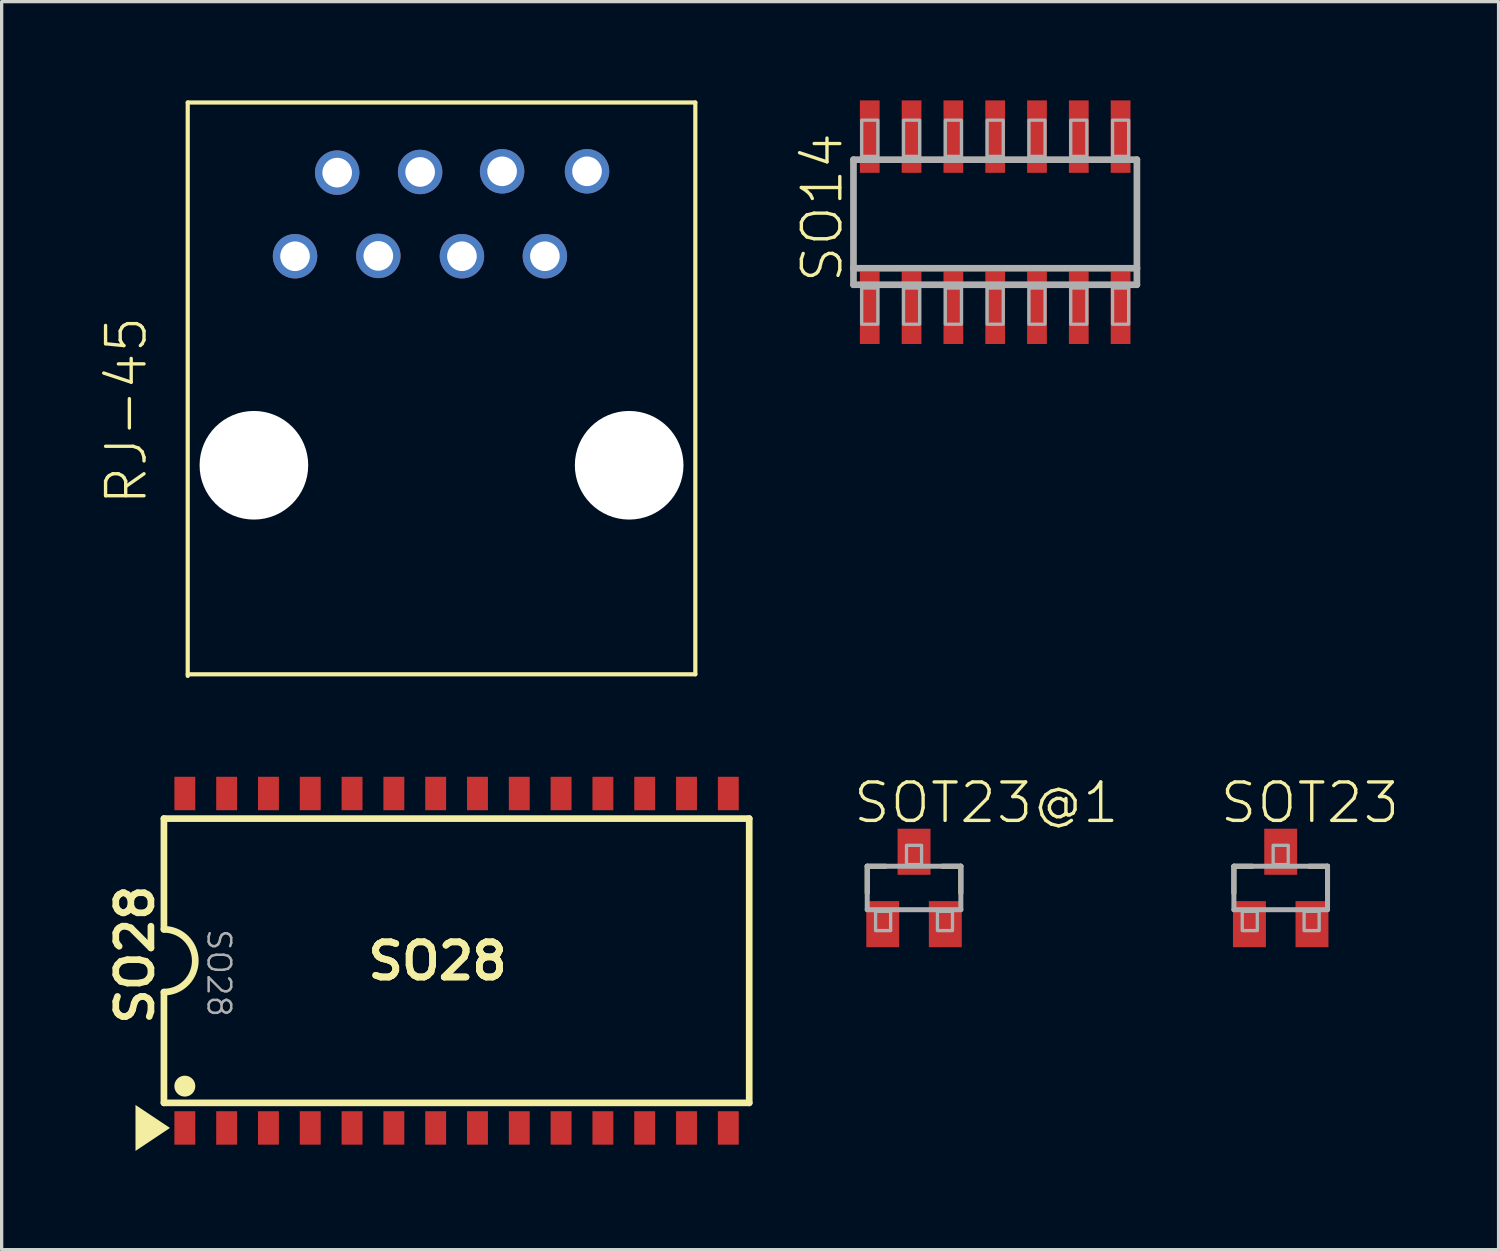
<source format=kicad_pcb>
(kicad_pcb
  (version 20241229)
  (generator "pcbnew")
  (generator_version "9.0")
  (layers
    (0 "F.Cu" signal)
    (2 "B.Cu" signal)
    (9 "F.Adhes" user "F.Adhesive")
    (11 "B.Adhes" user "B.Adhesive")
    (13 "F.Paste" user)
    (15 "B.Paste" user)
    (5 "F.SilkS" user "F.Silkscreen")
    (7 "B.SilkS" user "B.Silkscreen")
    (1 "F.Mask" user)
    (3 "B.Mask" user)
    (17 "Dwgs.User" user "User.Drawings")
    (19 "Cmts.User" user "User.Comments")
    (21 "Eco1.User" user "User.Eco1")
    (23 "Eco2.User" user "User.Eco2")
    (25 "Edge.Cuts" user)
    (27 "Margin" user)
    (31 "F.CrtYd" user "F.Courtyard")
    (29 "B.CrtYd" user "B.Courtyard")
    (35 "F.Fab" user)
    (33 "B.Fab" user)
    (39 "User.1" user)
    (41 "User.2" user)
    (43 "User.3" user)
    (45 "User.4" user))
  (footprint "SOT23"
    (layer "F.Cu")
    (at 35.856 23.925)
    (property "Reference" "SOT23" (at -1.905 -1.905 0) (unlocked yes) (layer "F.SilkS") (effects (font (size 1.168 1.168) (thickness 0.102)) (justify left bottom)))
    (fp_line (start -1.422 -0.66) (end -0.864 -0.66) (stroke (width 0.152) (type solid)) (layer "F.SilkS"))
    (fp_line (start -1.422 0.152) (end -1.422 -0.66) (stroke (width 0.152) (type solid)) (layer "F.SilkS"))
    (fp_line (start 0.864 -0.66) (end 1.422 -0.66) (stroke (width 0.152) (type solid)) (layer "F.SilkS"))
    (fp_line (start 1.422 -0.66) (end 1.422 0.152) (stroke (width 0.152) (type solid)) (layer "F.SilkS"))
    (fp_line (start -1.422 -0.66) (end 1.422 -0.66) (stroke (width 0.152) (type solid)) (layer "F.Fab"))
    (fp_line (start -1.422 0.66) (end -1.422 -0.66) (stroke (width 0.152) (type solid)) (layer "F.Fab"))
    (fp_line (start 1.422 -0.66) (end 1.422 0.66) (stroke (width 0.152) (type solid)) (layer "F.Fab"))
    (fp_line (start 1.422 0.66) (end -1.422 0.66) (stroke (width 0.152) (type solid)) (layer "F.Fab"))
    (fp_poly (pts (xy -1.168 1.295) (xy -0.711 1.295) (xy -0.711 0.711) (xy -1.168 0.711)) (stroke (width 0.1) (type default)) (fill no) (layer "F.Fab"))
    (fp_poly (pts (xy -0.229 -0.711) (xy 0.229 -0.711) (xy 0.229 -1.295) (xy -0.229 -1.295)) (stroke (width 0.1) (type default)) (fill no) (layer "F.Fab"))
    (fp_poly (pts (xy 0.711 1.295) (xy 1.168 1.295) (xy 1.168 0.711) (xy 0.711 0.711)) (stroke (width 0.1) (type default)) (fill no) (layer "F.Fab"))
    (pad "1" smd rect (at -0.95 1.1) (size 1 1.4) (layers "F.Cu" "F.Mask" "F.Paste"))
    (pad "2" smd rect (at 0.95 1.1) (size 1 1.4) (layers "F.Cu" "F.Mask" "F.Paste"))
    (pad "3" smd rect (at 0 -1.1) (size 1 1.4) (layers "F.Cu" "F.Mask" "F.Paste")))
  (footprint "SO28"
    (layer "F.Cu")
    (at 10.82 26.135)
    (property "Reference" "SO28" (at -9.144 2.032 90) (unlocked yes) (layer "F.SilkS") (effects (font (size 1.067 1.067) (thickness 0.203)) (justify left bottom)))
    (fp_line (start -8.89 -4.318) (end -8.89 -0.953) (stroke (width 0.203) (type solid)) (layer "F.SilkS"))
    (fp_line (start -8.89 0.953) (end -8.89 4.318) (stroke (width 0.203) (type solid)) (layer "F.SilkS"))
    (fp_line (start -8.89 4.318) (end 8.89 4.318) (stroke (width 0.203) (type solid)) (layer "F.SilkS"))
    (fp_line (start 8.89 -4.318) (end -8.89 -4.318) (stroke (width 0.203) (type solid)) (layer "F.SilkS"))
    (fp_line (start 8.89 4.318) (end 8.89 -4.318) (stroke (width 0.203) (type solid)) (layer "F.SilkS"))
    (fp_arc (start -8.89 -0.9525) (mid -7.9375 0) (end -8.89 0.9525) (stroke (width 0.2032) (type solid)) (layer "F.SilkS"))
    (fp_circle (center -8.255 3.81) (end -8.096 3.81) (stroke (width 0.318) (type solid)) (fill yes) (layer "F.SilkS"))
    (fp_poly (pts (xy -8.707 5.08) (xy -9.754 5.778) (xy -9.754 4.382)) (stroke (width 0) (type default)) (fill yes) (layer "F.SilkS"))
    (fp_text user "${REFERENCE}" (at -2.794 0.635 0) (unlocked yes) (layer "F.SilkS") (effects (font (size 1.067 1.067) (thickness 0.203)) (justify left bottom)))
    (fp_text user "${REFERENCE}" (at -2.794 0.635 0) (unlocked yes) (layer "F.SilkS") (effects (font (size 1.067 1.067) (thickness 0.203)) (justify left bottom)))
    (fp_text user "${REFERENCE}" (at -7.62 -1.016 270) (unlocked yes) (layer "F.Fab") (effects (font (size 0.686 0.686) (thickness 0.076)) (justify left bottom)))
    (pad "1" smd rect (at -8.255 5.08) (size 0.635 1.016) (layers "F.Cu" "F.Mask" "F.Paste"))
    (pad "2" smd rect (at -6.985 5.08) (size 0.635 1.016) (layers "F.Cu" "F.Mask" "F.Paste"))
    (pad "3" smd rect (at -5.715 5.08) (size 0.635 1.016) (layers "F.Cu" "F.Mask" "F.Paste"))
    (pad "4" smd rect (at -4.445 5.08) (size 0.635 1.016) (layers "F.Cu" "F.Mask" "F.Paste"))
    (pad "5" smd rect (at -3.175 5.08) (size 0.635 1.016) (layers "F.Cu" "F.Mask" "F.Paste"))
    (pad "6" smd rect (at -1.905 5.08) (size 0.635 1.016) (layers "F.Cu" "F.Mask" "F.Paste"))
    (pad "7" smd rect (at -0.635 5.08) (size 0.635 1.016) (layers "F.Cu" "F.Mask" "F.Paste"))
    (pad "8" smd rect (at 0.635 5.08) (size 0.635 1.016) (layers "F.Cu" "F.Mask" "F.Paste"))
    (pad "9" smd rect (at 1.905 5.08) (size 0.635 1.016) (layers "F.Cu" "F.Mask" "F.Paste"))
    (pad "10" smd rect (at 3.175 5.08) (size 0.635 1.016) (layers "F.Cu" "F.Mask" "F.Paste"))
    (pad "11" smd rect (at 4.445 5.08) (size 0.635 1.016) (layers "F.Cu" "F.Mask" "F.Paste"))
    (pad "12" smd rect (at 5.715 5.08) (size 0.635 1.016) (layers "F.Cu" "F.Mask" "F.Paste"))
    (pad "13" smd rect (at 6.985 5.08) (size 0.635 1.016) (layers "F.Cu" "F.Mask" "F.Paste"))
    (pad "14" smd rect (at 8.255 5.08) (size 0.635 1.016) (layers "F.Cu" "F.Mask" "F.Paste"))
    (pad "15" smd rect (at 8.255 -5.08) (size 0.635 1.016) (layers "F.Cu" "F.Mask" "F.Paste"))
    (pad "16" smd rect (at 6.985 -5.08) (size 0.635 1.016) (layers "F.Cu" "F.Mask" "F.Paste"))
    (pad "17" smd rect (at 5.715 -5.08) (size 0.635 1.016) (layers "F.Cu" "F.Mask" "F.Paste"))
    (pad "18" smd rect (at 4.445 -5.08) (size 0.635 1.016) (layers "F.Cu" "F.Mask" "F.Paste"))
    (pad "19" smd rect (at 3.175 -5.08) (size 0.635 1.016) (layers "F.Cu" "F.Mask" "F.Paste"))
    (pad "20" smd rect (at 1.905 -5.08) (size 0.635 1.016) (layers "F.Cu" "F.Mask" "F.Paste"))
    (pad "21" smd rect (at 0.635 -5.08) (size 0.635 1.016) (layers "F.Cu" "F.Mask" "F.Paste"))
    (pad "22" smd rect (at -0.635 -5.08) (size 0.635 1.016) (layers "F.Cu" "F.Mask" "F.Paste"))
    (pad "23" smd rect (at -1.905 -5.08) (size 0.635 1.016) (layers "F.Cu" "F.Mask" "F.Paste"))
    (pad "24" smd rect (at -3.175 -5.08) (size 0.635 1.016) (layers "F.Cu" "F.Mask" "F.Paste"))
    (pad "25" smd rect (at -4.445 -5.08) (size 0.635 1.016) (layers "F.Cu" "F.Mask" "F.Paste"))
    (pad "26" smd rect (at -5.715 -5.08) (size 0.635 1.016) (layers "F.Cu" "F.Mask" "F.Paste"))
    (pad "27" smd rect (at -6.985 -5.08) (size 0.635 1.016) (layers "F.Cu" "F.Mask" "F.Paste"))
    (pad "28" smd rect (at -8.255 -5.08) (size 0.635 1.016) (layers "F.Cu" "F.Mask" "F.Paste")))
  (footprint "SO14"
    (layer "F.Cu")
    (at 27.182 3.7)
    (property "Reference" "SO14" (at -4.572 1.905 90) (unlocked yes) (layer "F.SilkS") (effects (font (size 1.168 1.168) (thickness 0.102)) (justify left bottom)))
    (fp_line (start -4.305 -1.9) (end 4.305 -1.9) (stroke (width 0.203) (type solid)) (layer "F.Fab"))
    (fp_line (start -4.305 1.4) (end -4.305 -1.9) (stroke (width 0.203) (type solid)) (layer "F.Fab"))
    (fp_line (start -4.305 1.9) (end -4.305 1.4) (stroke (width 0.203) (type solid)) (layer "F.Fab"))
    (fp_line (start 4.305 -1.9) (end 4.305 1.4) (stroke (width 0.203) (type solid)) (layer "F.Fab"))
    (fp_line (start 4.305 1.4) (end -4.305 1.4) (stroke (width 0.203) (type solid)) (layer "F.Fab"))
    (fp_line (start 4.305 1.4) (end 4.305 1.9) (stroke (width 0.203) (type solid)) (layer "F.Fab"))
    (fp_line (start 4.305 1.9) (end -4.305 1.9) (stroke (width 0.203) (type solid)) (layer "F.Fab"))
    (fp_poly (pts (xy -4.055 -2) (xy -3.565 -2) (xy -3.565 -3.1) (xy -4.055 -3.1)) (stroke (width 0.1) (type default)) (fill no) (layer "F.Fab"))
    (fp_poly (pts (xy -4.055 3.1) (xy -3.565 3.1) (xy -3.565 2) (xy -4.055 2)) (stroke (width 0.1) (type default)) (fill no) (layer "F.Fab"))
    (fp_poly (pts (xy -2.785 -2) (xy -2.295 -2) (xy -2.295 -3.1) (xy -2.785 -3.1)) (stroke (width 0.1) (type default)) (fill no) (layer "F.Fab"))
    (fp_poly (pts (xy -2.785 3.1) (xy -2.295 3.1) (xy -2.295 2) (xy -2.785 2)) (stroke (width 0.1) (type default)) (fill no) (layer "F.Fab"))
    (fp_poly (pts (xy -1.515 -2) (xy -1.025 -2) (xy -1.025 -3.1) (xy -1.515 -3.1)) (stroke (width 0.1) (type default)) (fill no) (layer "F.Fab"))
    (fp_poly (pts (xy -1.515 3.1) (xy -1.025 3.1) (xy -1.025 2) (xy -1.515 2)) (stroke (width 0.1) (type default)) (fill no) (layer "F.Fab"))
    (fp_poly (pts (xy -0.245 -2) (xy 0.245 -2) (xy 0.245 -3.1) (xy -0.245 -3.1)) (stroke (width 0.1) (type default)) (fill no) (layer "F.Fab"))
    (fp_poly (pts (xy -0.245 3.1) (xy 0.245 3.1) (xy 0.245 2) (xy -0.245 2)) (stroke (width 0.1) (type default)) (fill no) (layer "F.Fab"))
    (fp_poly (pts (xy 1.025 -2) (xy 1.515 -2) (xy 1.515 -3.1) (xy 1.025 -3.1)) (stroke (width 0.1) (type default)) (fill no) (layer "F.Fab"))
    (fp_poly (pts (xy 1.025 3.1) (xy 1.515 3.1) (xy 1.515 2) (xy 1.025 2)) (stroke (width 0.1) (type default)) (fill no) (layer "F.Fab"))
    (fp_poly (pts (xy 2.295 -2) (xy 2.785 -2) (xy 2.785 -3.1) (xy 2.295 -3.1)) (stroke (width 0.1) (type default)) (fill no) (layer "F.Fab"))
    (fp_poly (pts (xy 2.295 3.1) (xy 2.785 3.1) (xy 2.785 2) (xy 2.295 2)) (stroke (width 0.1) (type default)) (fill no) (layer "F.Fab"))
    (fp_poly (pts (xy 3.565 -2) (xy 4.055 -2) (xy 4.055 -3.1) (xy 3.565 -3.1)) (stroke (width 0.1) (type default)) (fill no) (layer "F.Fab"))
    (fp_poly (pts (xy 3.565 3.1) (xy 4.055 3.1) (xy 4.055 2) (xy 3.565 2)) (stroke (width 0.1) (type default)) (fill no) (layer "F.Fab"))
    (pad "1" smd rect (at -3.81 2.6) (size 0.6 2.2) (layers "F.Cu" "F.Mask" "F.Paste"))
    (pad "2" smd rect (at -2.54 2.6) (size 0.6 2.2) (layers "F.Cu" "F.Mask" "F.Paste"))
    (pad "3" smd rect (at -1.27 2.6) (size 0.6 2.2) (layers "F.Cu" "F.Mask" "F.Paste"))
    (pad "4" smd rect (at 0 2.6) (size 0.6 2.2) (layers "F.Cu" "F.Mask" "F.Paste"))
    (pad "5" smd rect (at 1.27 2.6) (size 0.6 2.2) (layers "F.Cu" "F.Mask" "F.Paste"))
    (pad "6" smd rect (at 2.54 2.6) (size 0.6 2.2) (layers "F.Cu" "F.Mask" "F.Paste"))
    (pad "7" smd rect (at 3.81 2.6) (size 0.6 2.2) (layers "F.Cu" "F.Mask" "F.Paste"))
    (pad "8" smd rect (at 3.81 -2.6) (size 0.6 2.2) (layers "F.Cu" "F.Mask" "F.Paste"))
    (pad "9" smd rect (at 2.54 -2.6) (size 0.6 2.2) (layers "F.Cu" "F.Mask" "F.Paste"))
    (pad "10" smd rect (at 1.27 -2.6) (size 0.6 2.2) (layers "F.Cu" "F.Mask" "F.Paste"))
    (pad "11" smd rect (at 0 -2.6) (size 0.6 2.2) (layers "F.Cu" "F.Mask" "F.Paste"))
    (pad "12" smd rect (at -1.27 -2.6) (size 0.6 2.2) (layers "F.Cu" "F.Mask" "F.Paste"))
    (pad "13" smd rect (at -2.54 -2.6) (size 0.6 2.2) (layers "F.Cu" "F.Mask" "F.Paste"))
    (pad "14" smd rect (at -3.81 -2.6) (size 0.6 2.2) (layers "F.Cu" "F.Mask" "F.Paste")))
  (footprint "SOT23@1"
    (layer "F.Cu")
    (at 24.717 23.925)
    (property "Reference" "SOT23@1" (at -1.905 -1.905 0) (unlocked yes) (layer "F.SilkS") (effects (font (size 1.168 1.168) (thickness 0.102)) (justify left bottom)))
    (fp_line (start -1.422 -0.66) (end -0.864 -0.66) (stroke (width 0.152) (type solid)) (layer "F.SilkS"))
    (fp_line (start -1.422 0.152) (end -1.422 -0.66) (stroke (width 0.152) (type solid)) (layer "F.SilkS"))
    (fp_line (start 0.864 -0.66) (end 1.422 -0.66) (stroke (width 0.152) (type solid)) (layer "F.SilkS"))
    (fp_line (start 1.422 -0.66) (end 1.422 0.152) (stroke (width 0.152) (type solid)) (layer "F.SilkS"))
    (fp_line (start -1.422 -0.66) (end 1.422 -0.66) (stroke (width 0.152) (type solid)) (layer "F.Fab"))
    (fp_line (start -1.422 0.66) (end -1.422 -0.66) (stroke (width 0.152) (type solid)) (layer "F.Fab"))
    (fp_line (start 1.422 -0.66) (end 1.422 0.66) (stroke (width 0.152) (type solid)) (layer "F.Fab"))
    (fp_line (start 1.422 0.66) (end -1.422 0.66) (stroke (width 0.152) (type solid)) (layer "F.Fab"))
    (fp_poly (pts (xy -1.168 1.295) (xy -0.711 1.295) (xy -0.711 0.711) (xy -1.168 0.711)) (stroke (width 0.1) (type default)) (fill no) (layer "F.Fab"))
    (fp_poly (pts (xy -0.229 -0.711) (xy 0.229 -0.711) (xy 0.229 -1.295) (xy -0.229 -1.295)) (stroke (width 0.1) (type default)) (fill no) (layer "F.Fab"))
    (fp_poly (pts (xy 0.711 1.295) (xy 1.168 1.295) (xy 1.168 0.711) (xy 0.711 0.711)) (stroke (width 0.1) (type default)) (fill no) (layer "F.Fab"))
    (pad "1" smd rect (at -0.95 1.1) (size 1 1.4) (layers "F.Cu" "F.Mask" "F.Paste"))
    (pad "2" smd rect (at 0.95 1.1) (size 1 1.4) (layers "F.Cu" "F.Mask" "F.Paste"))
    (pad "3" smd rect (at 0 -1.1) (size 1 1.4) (layers "F.Cu" "F.Mask" "F.Paste")))
  (footprint "RJ-45"
    (layer "F.Cu")
    (at 10.363 11.084)
    (property "Reference" "RJ-45" (at -8.89 1.27 90) (unlocked yes) (layer "F.SilkS") (effects (font (size 1.168 1.168) (thickness 0.102)) (justify left bottom)))
    (fp_line (start -7.71 -11.02) (end -7.71 6.4) (stroke (width 0.127) (type solid)) (layer "F.SilkS"))
    (fp_line (start -7.71 6.35) (end 7.71 6.35) (stroke (width 0.127) (type solid)) (layer "F.SilkS"))
    (fp_line (start 7.71 -11.02) (end -7.71 -11.02) (stroke (width 0.127) (type solid)) (layer "F.SilkS"))
    (fp_line (start 7.71 6.35) (end 7.71 -11.02) (stroke (width 0.127) (type solid)) (layer "F.SilkS"))
    (pad "" np_thru_hole circle (at -5.7 0) (size 3.3 3.3) (drill 3.3) (layers "*.Cu" "*.Mask"))
    (pad "" np_thru_hole circle (at 5.7 0) (size 3.3 3.3) (drill 3.3) (layers "*.Cu" "*.Mask"))
    (pad "1" thru_hole circle (at -4.45 -6.35) (size 1.35 1.35) (drill 0.9) (layers "*.Cu" "*.Mask"))
    (pad "2" thru_hole circle (at -3.17 -8.89) (size 1.35 1.35) (drill 0.9) (layers "*.Cu" "*.Mask"))
    (pad "3" thru_hole circle (at -1.92 -6.36) (size 1.35 1.35) (drill 0.9) (layers "*.Cu" "*.Mask"))
    (pad "4" thru_hole circle (at -0.65 -8.91) (size 1.35 1.35) (drill 0.9) (layers "*.Cu" "*.Mask"))
    (pad "5" thru_hole circle (at 0.62 -6.35) (size 1.35 1.35) (drill 0.9) (layers "*.Cu" "*.Mask"))
    (pad "6" thru_hole circle (at 1.84 -8.93) (size 1.35 1.35) (drill 0.9) (layers "*.Cu" "*.Mask"))
    (pad "7" thru_hole circle (at 3.14 -6.35) (size 1.35 1.35) (drill 0.9) (layers "*.Cu" "*.Mask"))
    (pad "8" thru_hole circle (at 4.42 -8.93) (size 1.35 1.35) (drill 0.9) (layers "*.Cu" "*.Mask")))
  (gr_rect
    (start -3 -3)
    (end 42.474 34.913)
    (stroke (width 0.1) (type default))
    (fill no)
    (layer "Edge.Cuts")))
</source>
